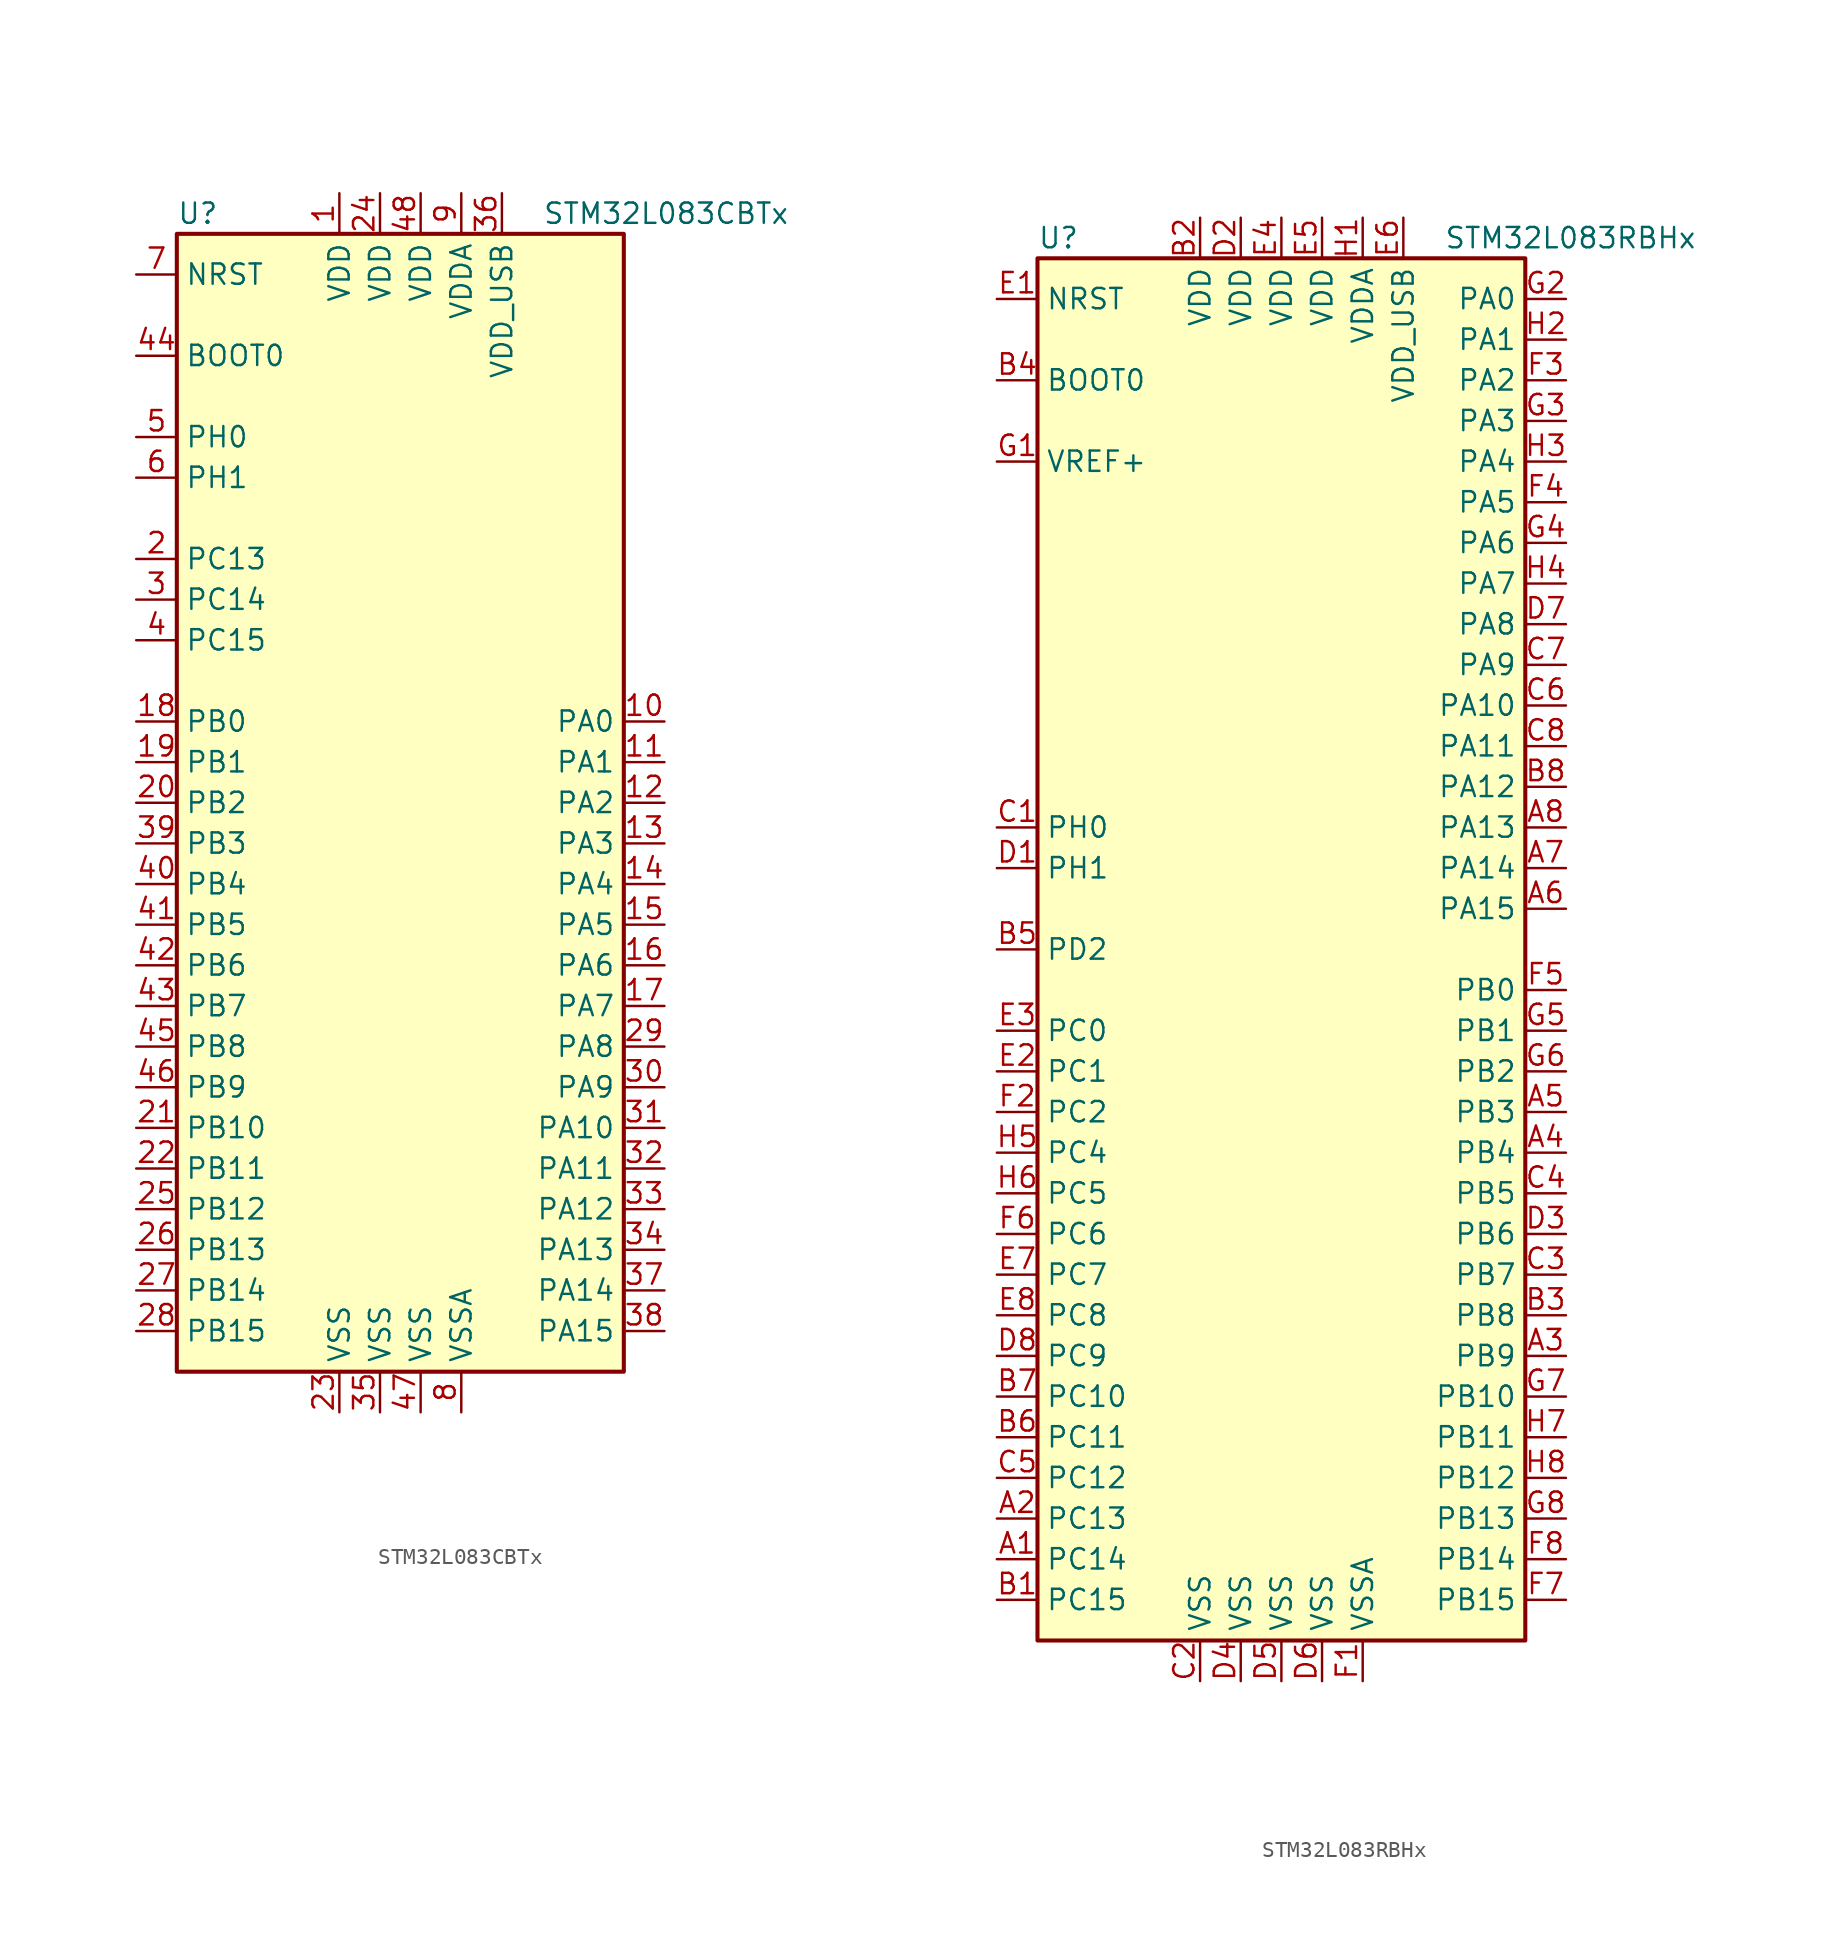
<source format=kicad_sym>
(kicad_symbol_lib
  (version 20211014)
  (generator kicad_symbol_editor)
  (symbol "STM32L083CBTx"
    (property "Reference" "U"
      (at -15.24 36.83 0)
      (effects (font (size 1.27 1.27)) (justify left)))
    (property "Value" "STM32L083CBTx"
      (at 7.62 36.83 0)
      (effects (font (size 1.27 1.27)) (justify left)))
    (symbol "STM32L083CBTx_0_1"
      (rectangle (start -15.24 -35.56) (end 12.7 35.56) (stroke (width 0.254) (type default) (color 0 0 0 0)) (fill (type background))))
    (symbol "STM32L083CBTx_1_1"
      (pin power_in line (at -5.08 38.1 270) (length 2.54) (name "VDD" (effects (font (size 1.27 1.27)))) (number "1" (effects (font (size 1.27 1.27)))))
      (pin bidirectional line (at 15.24 5.08 180) (length 2.54) (name "PA0" (effects (font (size 1.27 1.27)))) (number "10" (effects (font (size 1.27 1.27)))))
      (pin bidirectional line (at 15.24 2.54 180) (length 2.54) (name "PA1" (effects (font (size 1.27 1.27)))) (number "11" (effects (font (size 1.27 1.27)))))
      (pin bidirectional line (at 15.24 0 180) (length 2.54) (name "PA2" (effects (font (size 1.27 1.27)))) (number "12" (effects (font (size 1.27 1.27)))))
      (pin bidirectional line (at 15.24 -2.54 180) (length 2.54) (name "PA3" (effects (font (size 1.27 1.27)))) (number "13" (effects (font (size 1.27 1.27)))))
      (pin bidirectional line (at 15.24 -5.08 180) (length 2.54) (name "PA4" (effects (font (size 1.27 1.27)))) (number "14" (effects (font (size 1.27 1.27)))))
      (pin bidirectional line (at 15.24 -7.62 180) (length 2.54) (name "PA5" (effects (font (size 1.27 1.27)))) (number "15" (effects (font (size 1.27 1.27)))))
      (pin bidirectional line (at 15.24 -10.16 180) (length 2.54) (name "PA6" (effects (font (size 1.27 1.27)))) (number "16" (effects (font (size 1.27 1.27)))))
      (pin bidirectional line (at 15.24 -12.7 180) (length 2.54) (name "PA7" (effects (font (size 1.27 1.27)))) (number "17" (effects (font (size 1.27 1.27)))))
      (pin bidirectional line (at -17.78 5.08 0) (length 2.54) (name "PB0" (effects (font (size 1.27 1.27)))) (number "18" (effects (font (size 1.27 1.27)))))
      (pin bidirectional line (at -17.78 2.54 0) (length 2.54) (name "PB1" (effects (font (size 1.27 1.27)))) (number "19" (effects (font (size 1.27 1.27)))))
      (pin bidirectional line (at -17.78 15.24 0) (length 2.54) (name "PC13" (effects (font (size 1.27 1.27)))) (number "2" (effects (font (size 1.27 1.27)))))
      (pin bidirectional line (at -17.78 0 0) (length 2.54) (name "PB2" (effects (font (size 1.27 1.27)))) (number "20" (effects (font (size 1.27 1.27)))))
      (pin bidirectional line (at -17.78 -20.32 0) (length 2.54) (name "PB10" (effects (font (size 1.27 1.27)))) (number "21" (effects (font (size 1.27 1.27)))))
      (pin bidirectional line (at -17.78 -22.86 0) (length 2.54) (name "PB11" (effects (font (size 1.27 1.27)))) (number "22" (effects (font (size 1.27 1.27)))))
      (pin power_in line (at -5.08 -38.1 90) (length 2.54) (name "VSS" (effects (font (size 1.27 1.27)))) (number "23" (effects (font (size 1.27 1.27)))))
      (pin power_in line (at -2.54 38.1 270) (length 2.54) (name "VDD" (effects (font (size 1.27 1.27)))) (number "24" (effects (font (size 1.27 1.27)))))
      (pin bidirectional line (at -17.78 -25.4 0) (length 2.54) (name "PB12" (effects (font (size 1.27 1.27)))) (number "25" (effects (font (size 1.27 1.27)))))
      (pin bidirectional line (at -17.78 -27.94 0) (length 2.54) (name "PB13" (effects (font (size 1.27 1.27)))) (number "26" (effects (font (size 1.27 1.27)))))
      (pin bidirectional line (at -17.78 -30.48 0) (length 2.54) (name "PB14" (effects (font (size 1.27 1.27)))) (number "27" (effects (font (size 1.27 1.27)))))
      (pin bidirectional line (at -17.78 -33.02 0) (length 2.54) (name "PB15" (effects (font (size 1.27 1.27)))) (number "28" (effects (font (size 1.27 1.27)))))
      (pin bidirectional line (at 15.24 -15.24 180) (length 2.54) (name "PA8" (effects (font (size 1.27 1.27)))) (number "29" (effects (font (size 1.27 1.27)))))
      (pin bidirectional line (at -17.78 12.7 0) (length 2.54) (name "PC14" (effects (font (size 1.27 1.27)))) (number "3" (effects (font (size 1.27 1.27)))))
      (pin bidirectional line (at 15.24 -17.78 180) (length 2.54) (name "PA9" (effects (font (size 1.27 1.27)))) (number "30" (effects (font (size 1.27 1.27)))))
      (pin bidirectional line (at 15.24 -20.32 180) (length 2.54) (name "PA10" (effects (font (size 1.27 1.27)))) (number "31" (effects (font (size 1.27 1.27)))))
      (pin bidirectional line (at 15.24 -22.86 180) (length 2.54) (name "PA11" (effects (font (size 1.27 1.27)))) (number "32" (effects (font (size 1.27 1.27)))))
      (pin bidirectional line (at 15.24 -25.4 180) (length 2.54) (name "PA12" (effects (font (size 1.27 1.27)))) (number "33" (effects (font (size 1.27 1.27)))))
      (pin bidirectional line (at 15.24 -27.94 180) (length 2.54) (name "PA13" (effects (font (size 1.27 1.27)))) (number "34" (effects (font (size 1.27 1.27)))))
      (pin power_in line (at -2.54 -38.1 90) (length 2.54) (name "VSS" (effects (font (size 1.27 1.27)))) (number "35" (effects (font (size 1.27 1.27)))))
      (pin power_in line (at 5.08 38.1 270) (length 2.54) (name "VDD_USB" (effects (font (size 1.27 1.27)))) (number "36" (effects (font (size 1.27 1.27)))))
      (pin bidirectional line (at 15.24 -30.48 180) (length 2.54) (name "PA14" (effects (font (size 1.27 1.27)))) (number "37" (effects (font (size 1.27 1.27)))))
      (pin bidirectional line (at 15.24 -33.02 180) (length 2.54) (name "PA15" (effects (font (size 1.27 1.27)))) (number "38" (effects (font (size 1.27 1.27)))))
      (pin bidirectional line (at -17.78 -2.54 0) (length 2.54) (name "PB3" (effects (font (size 1.27 1.27)))) (number "39" (effects (font (size 1.27 1.27)))))
      (pin bidirectional line (at -17.78 10.16 0) (length 2.54) (name "PC15" (effects (font (size 1.27 1.27)))) (number "4" (effects (font (size 1.27 1.27)))))
      (pin bidirectional line (at -17.78 -5.08 0) (length 2.54) (name "PB4" (effects (font (size 1.27 1.27)))) (number "40" (effects (font (size 1.27 1.27)))))
      (pin bidirectional line (at -17.78 -7.62 0) (length 2.54) (name "PB5" (effects (font (size 1.27 1.27)))) (number "41" (effects (font (size 1.27 1.27)))))
      (pin bidirectional line (at -17.78 -10.16 0) (length 2.54) (name "PB6" (effects (font (size 1.27 1.27)))) (number "42" (effects (font (size 1.27 1.27)))))
      (pin bidirectional line (at -17.78 -12.7 0) (length 2.54) (name "PB7" (effects (font (size 1.27 1.27)))) (number "43" (effects (font (size 1.27 1.27)))))
      (pin input line (at -17.78 27.94 0) (length 2.54) (name "BOOT0" (effects (font (size 1.27 1.27)))) (number "44" (effects (font (size 1.27 1.27)))))
      (pin bidirectional line (at -17.78 -15.24 0) (length 2.54) (name "PB8" (effects (font (size 1.27 1.27)))) (number "45" (effects (font (size 1.27 1.27)))))
      (pin bidirectional line (at -17.78 -17.78 0) (length 2.54) (name "PB9" (effects (font (size 1.27 1.27)))) (number "46" (effects (font (size 1.27 1.27)))))
      (pin power_in line (at 0 -38.1 90) (length 2.54) (name "VSS" (effects (font (size 1.27 1.27)))) (number "47" (effects (font (size 1.27 1.27)))))
      (pin power_in line (at 0 38.1 270) (length 2.54) (name "VDD" (effects (font (size 1.27 1.27)))) (number "48" (effects (font (size 1.27 1.27)))))
      (pin input line (at -17.78 22.86 0) (length 2.54) (name "PH0" (effects (font (size 1.27 1.27)))) (number "5" (effects (font (size 1.27 1.27)))))
      (pin input line (at -17.78 20.32 0) (length 2.54) (name "PH1" (effects (font (size 1.27 1.27)))) (number "6" (effects (font (size 1.27 1.27)))))
      (pin input line (at -17.78 33.02 0) (length 2.54) (name "NRST" (effects (font (size 1.27 1.27)))) (number "7" (effects (font (size 1.27 1.27)))))
      (pin power_in line (at 2.54 -38.1 90) (length 2.54) (name "VSSA" (effects (font (size 1.27 1.27)))) (number "8" (effects (font (size 1.27 1.27)))))
      (pin power_in line (at 2.54 38.1 270) (length 2.54) (name "VDDA" (effects (font (size 1.27 1.27)))) (number "9" (effects (font (size 1.27 1.27)))))))
  (symbol "STM32L083RBHx"
    (property "Reference" "U"
      (at -15.24 44.45 0)
      (effects (font (size 1.27 1.27)) (justify left)))
    (property "Value" "STM32L083RBHx"
      (at 10.16 44.45 0)
      (effects (font (size 1.27 1.27)) (justify left)))
    (symbol "STM32L083RBHx_0_1"
      (rectangle (start -15.24 -43.18) (end 15.24 43.18) (stroke (width 0.254) (type default) (color 0 0 0 0)) (fill (type background))))
    (symbol "STM32L083RBHx_1_1"
      (pin bidirectional line (at -17.78 -38.1 0) (length 2.54) (name "PC14" (effects (font (size 1.27 1.27)))) (number "A1" (effects (font (size 1.27 1.27)))))
      (pin bidirectional line (at -17.78 -35.56 0) (length 2.54) (name "PC13" (effects (font (size 1.27 1.27)))) (number "A2" (effects (font (size 1.27 1.27)))))
      (pin bidirectional line (at 17.78 -25.4 180) (length 2.54) (name "PB9" (effects (font (size 1.27 1.27)))) (number "A3" (effects (font (size 1.27 1.27)))))
      (pin bidirectional line (at 17.78 -12.7 180) (length 2.54) (name "PB4" (effects (font (size 1.27 1.27)))) (number "A4" (effects (font (size 1.27 1.27)))))
      (pin bidirectional line (at 17.78 -10.16 180) (length 2.54) (name "PB3" (effects (font (size 1.27 1.27)))) (number "A5" (effects (font (size 1.27 1.27)))))
      (pin bidirectional line (at 17.78 2.54 180) (length 2.54) (name "PA15" (effects (font (size 1.27 1.27)))) (number "A6" (effects (font (size 1.27 1.27)))))
      (pin bidirectional line (at 17.78 5.08 180) (length 2.54) (name "PA14" (effects (font (size 1.27 1.27)))) (number "A7" (effects (font (size 1.27 1.27)))))
      (pin bidirectional line (at 17.78 7.62 180) (length 2.54) (name "PA13" (effects (font (size 1.27 1.27)))) (number "A8" (effects (font (size 1.27 1.27)))))
      (pin bidirectional line (at -17.78 -40.64 0) (length 2.54) (name "PC15" (effects (font (size 1.27 1.27)))) (number "B1" (effects (font (size 1.27 1.27)))))
      (pin power_in line (at -5.08 45.72 270) (length 2.54) (name "VDD" (effects (font (size 1.27 1.27)))) (number "B2" (effects (font (size 1.27 1.27)))))
      (pin bidirectional line (at 17.78 -22.86 180) (length 2.54) (name "PB8" (effects (font (size 1.27 1.27)))) (number "B3" (effects (font (size 1.27 1.27)))))
      (pin input line (at -17.78 35.56 0) (length 2.54) (name "BOOT0" (effects (font (size 1.27 1.27)))) (number "B4" (effects (font (size 1.27 1.27)))))
      (pin bidirectional line (at -17.78 0 0) (length 2.54) (name "PD2" (effects (font (size 1.27 1.27)))) (number "B5" (effects (font (size 1.27 1.27)))))
      (pin bidirectional line (at -17.78 -30.48 0) (length 2.54) (name "PC11" (effects (font (size 1.27 1.27)))) (number "B6" (effects (font (size 1.27 1.27)))))
      (pin bidirectional line (at -17.78 -27.94 0) (length 2.54) (name "PC10" (effects (font (size 1.27 1.27)))) (number "B7" (effects (font (size 1.27 1.27)))))
      (pin bidirectional line (at 17.78 10.16 180) (length 2.54) (name "PA12" (effects (font (size 1.27 1.27)))) (number "B8" (effects (font (size 1.27 1.27)))))
      (pin input line (at -17.78 7.62 0) (length 2.54) (name "PH0" (effects (font (size 1.27 1.27)))) (number "C1" (effects (font (size 1.27 1.27)))))
      (pin power_in line (at -5.08 -45.72 90) (length 2.54) (name "VSS" (effects (font (size 1.27 1.27)))) (number "C2" (effects (font (size 1.27 1.27)))))
      (pin bidirectional line (at 17.78 -20.32 180) (length 2.54) (name "PB7" (effects (font (size 1.27 1.27)))) (number "C3" (effects (font (size 1.27 1.27)))))
      (pin bidirectional line (at 17.78 -15.24 180) (length 2.54) (name "PB5" (effects (font (size 1.27 1.27)))) (number "C4" (effects (font (size 1.27 1.27)))))
      (pin bidirectional line (at -17.78 -33.02 0) (length 2.54) (name "PC12" (effects (font (size 1.27 1.27)))) (number "C5" (effects (font (size 1.27 1.27)))))
      (pin bidirectional line (at 17.78 15.24 180) (length 2.54) (name "PA10" (effects (font (size 1.27 1.27)))) (number "C6" (effects (font (size 1.27 1.27)))))
      (pin bidirectional line (at 17.78 17.78 180) (length 2.54) (name "PA9" (effects (font (size 1.27 1.27)))) (number "C7" (effects (font (size 1.27 1.27)))))
      (pin bidirectional line (at 17.78 12.7 180) (length 2.54) (name "PA11" (effects (font (size 1.27 1.27)))) (number "C8" (effects (font (size 1.27 1.27)))))
      (pin input line (at -17.78 5.08 0) (length 2.54) (name "PH1" (effects (font (size 1.27 1.27)))) (number "D1" (effects (font (size 1.27 1.27)))))
      (pin power_in line (at -2.54 45.72 270) (length 2.54) (name "VDD" (effects (font (size 1.27 1.27)))) (number "D2" (effects (font (size 1.27 1.27)))))
      (pin bidirectional line (at 17.78 -17.78 180) (length 2.54) (name "PB6" (effects (font (size 1.27 1.27)))) (number "D3" (effects (font (size 1.27 1.27)))))
      (pin power_in line (at -2.54 -45.72 90) (length 2.54) (name "VSS" (effects (font (size 1.27 1.27)))) (number "D4" (effects (font (size 1.27 1.27)))))
      (pin power_in line (at 0 -45.72 90) (length 2.54) (name "VSS" (effects (font (size 1.27 1.27)))) (number "D5" (effects (font (size 1.27 1.27)))))
      (pin power_in line (at 2.54 -45.72 90) (length 2.54) (name "VSS" (effects (font (size 1.27 1.27)))) (number "D6" (effects (font (size 1.27 1.27)))))
      (pin bidirectional line (at 17.78 20.32 180) (length 2.54) (name "PA8" (effects (font (size 1.27 1.27)))) (number "D7" (effects (font (size 1.27 1.27)))))
      (pin bidirectional line (at -17.78 -25.4 0) (length 2.54) (name "PC9" (effects (font (size 1.27 1.27)))) (number "D8" (effects (font (size 1.27 1.27)))))
      (pin input line (at -17.78 40.64 0) (length 2.54) (name "NRST" (effects (font (size 1.27 1.27)))) (number "E1" (effects (font (size 1.27 1.27)))))
      (pin bidirectional line (at -17.78 -7.62 0) (length 2.54) (name "PC1" (effects (font (size 1.27 1.27)))) (number "E2" (effects (font (size 1.27 1.27)))))
      (pin bidirectional line (at -17.78 -5.08 0) (length 2.54) (name "PC0" (effects (font (size 1.27 1.27)))) (number "E3" (effects (font (size 1.27 1.27)))))
      (pin power_in line (at 0 45.72 270) (length 2.54) (name "VDD" (effects (font (size 1.27 1.27)))) (number "E4" (effects (font (size 1.27 1.27)))))
      (pin power_in line (at 2.54 45.72 270) (length 2.54) (name "VDD" (effects (font (size 1.27 1.27)))) (number "E5" (effects (font (size 1.27 1.27)))))
      (pin power_in line (at 7.62 45.72 270) (length 2.54) (name "VDD_USB" (effects (font (size 1.27 1.27)))) (number "E6" (effects (font (size 1.27 1.27)))))
      (pin bidirectional line (at -17.78 -20.32 0) (length 2.54) (name "PC7" (effects (font (size 1.27 1.27)))) (number "E7" (effects (font (size 1.27 1.27)))))
      (pin bidirectional line (at -17.78 -22.86 0) (length 2.54) (name "PC8" (effects (font (size 1.27 1.27)))) (number "E8" (effects (font (size 1.27 1.27)))))
      (pin power_in line (at 5.08 -45.72 90) (length 2.54) (name "VSSA" (effects (font (size 1.27 1.27)))) (number "F1" (effects (font (size 1.27 1.27)))))
      (pin bidirectional line (at -17.78 -10.16 0) (length 2.54) (name "PC2" (effects (font (size 1.27 1.27)))) (number "F2" (effects (font (size 1.27 1.27)))))
      (pin bidirectional line (at 17.78 35.56 180) (length 2.54) (name "PA2" (effects (font (size 1.27 1.27)))) (number "F3" (effects (font (size 1.27 1.27)))))
      (pin bidirectional line (at 17.78 27.94 180) (length 2.54) (name "PA5" (effects (font (size 1.27 1.27)))) (number "F4" (effects (font (size 1.27 1.27)))))
      (pin bidirectional line (at 17.78 -2.54 180) (length 2.54) (name "PB0" (effects (font (size 1.27 1.27)))) (number "F5" (effects (font (size 1.27 1.27)))))
      (pin bidirectional line (at -17.78 -17.78 0) (length 2.54) (name "PC6" (effects (font (size 1.27 1.27)))) (number "F6" (effects (font (size 1.27 1.27)))))
      (pin bidirectional line (at 17.78 -40.64 180) (length 2.54) (name "PB15" (effects (font (size 1.27 1.27)))) (number "F7" (effects (font (size 1.27 1.27)))))
      (pin bidirectional line (at 17.78 -38.1 180) (length 2.54) (name "PB14" (effects (font (size 1.27 1.27)))) (number "F8" (effects (font (size 1.27 1.27)))))
      (pin power_in line (at -17.78 30.48 0) (length 2.54) (name "VREF+" (effects (font (size 1.27 1.27)))) (number "G1" (effects (font (size 1.27 1.27)))))
      (pin bidirectional line (at 17.78 40.64 180) (length 2.54) (name "PA0" (effects (font (size 1.27 1.27)))) (number "G2" (effects (font (size 1.27 1.27)))))
      (pin bidirectional line (at 17.78 33.02 180) (length 2.54) (name "PA3" (effects (font (size 1.27 1.27)))) (number "G3" (effects (font (size 1.27 1.27)))))
      (pin bidirectional line (at 17.78 25.4 180) (length 2.54) (name "PA6" (effects (font (size 1.27 1.27)))) (number "G4" (effects (font (size 1.27 1.27)))))
      (pin bidirectional line (at 17.78 -5.08 180) (length 2.54) (name "PB1" (effects (font (size 1.27 1.27)))) (number "G5" (effects (font (size 1.27 1.27)))))
      (pin bidirectional line (at 17.78 -7.62 180) (length 2.54) (name "PB2" (effects (font (size 1.27 1.27)))) (number "G6" (effects (font (size 1.27 1.27)))))
      (pin bidirectional line (at 17.78 -27.94 180) (length 2.54) (name "PB10" (effects (font (size 1.27 1.27)))) (number "G7" (effects (font (size 1.27 1.27)))))
      (pin bidirectional line (at 17.78 -35.56 180) (length 2.54) (name "PB13" (effects (font (size 1.27 1.27)))) (number "G8" (effects (font (size 1.27 1.27)))))
      (pin power_in line (at 5.08 45.72 270) (length 2.54) (name "VDDA" (effects (font (size 1.27 1.27)))) (number "H1" (effects (font (size 1.27 1.27)))))
      (pin bidirectional line (at 17.78 38.1 180) (length 2.54) (name "PA1" (effects (font (size 1.27 1.27)))) (number "H2" (effects (font (size 1.27 1.27)))))
      (pin bidirectional line (at 17.78 30.48 180) (length 2.54) (name "PA4" (effects (font (size 1.27 1.27)))) (number "H3" (effects (font (size 1.27 1.27)))))
      (pin bidirectional line (at 17.78 22.86 180) (length 2.54) (name "PA7" (effects (font (size 1.27 1.27)))) (number "H4" (effects (font (size 1.27 1.27)))))
      (pin bidirectional line (at -17.78 -12.7 0) (length 2.54) (name "PC4" (effects (font (size 1.27 1.27)))) (number "H5" (effects (font (size 1.27 1.27)))))
      (pin bidirectional line (at -17.78 -15.24 0) (length 2.54) (name "PC5" (effects (font (size 1.27 1.27)))) (number "H6" (effects (font (size 1.27 1.27)))))
      (pin bidirectional line (at 17.78 -30.48 180) (length 2.54) (name "PB11" (effects (font (size 1.27 1.27)))) (number "H7" (effects (font (size 1.27 1.27)))))
      (pin bidirectional line (at 17.78 -33.02 180) (length 2.54) (name "PB12" (effects (font (size 1.27 1.27)))) (number "H8" (effects (font (size 1.27 1.27))))))))
</source>
